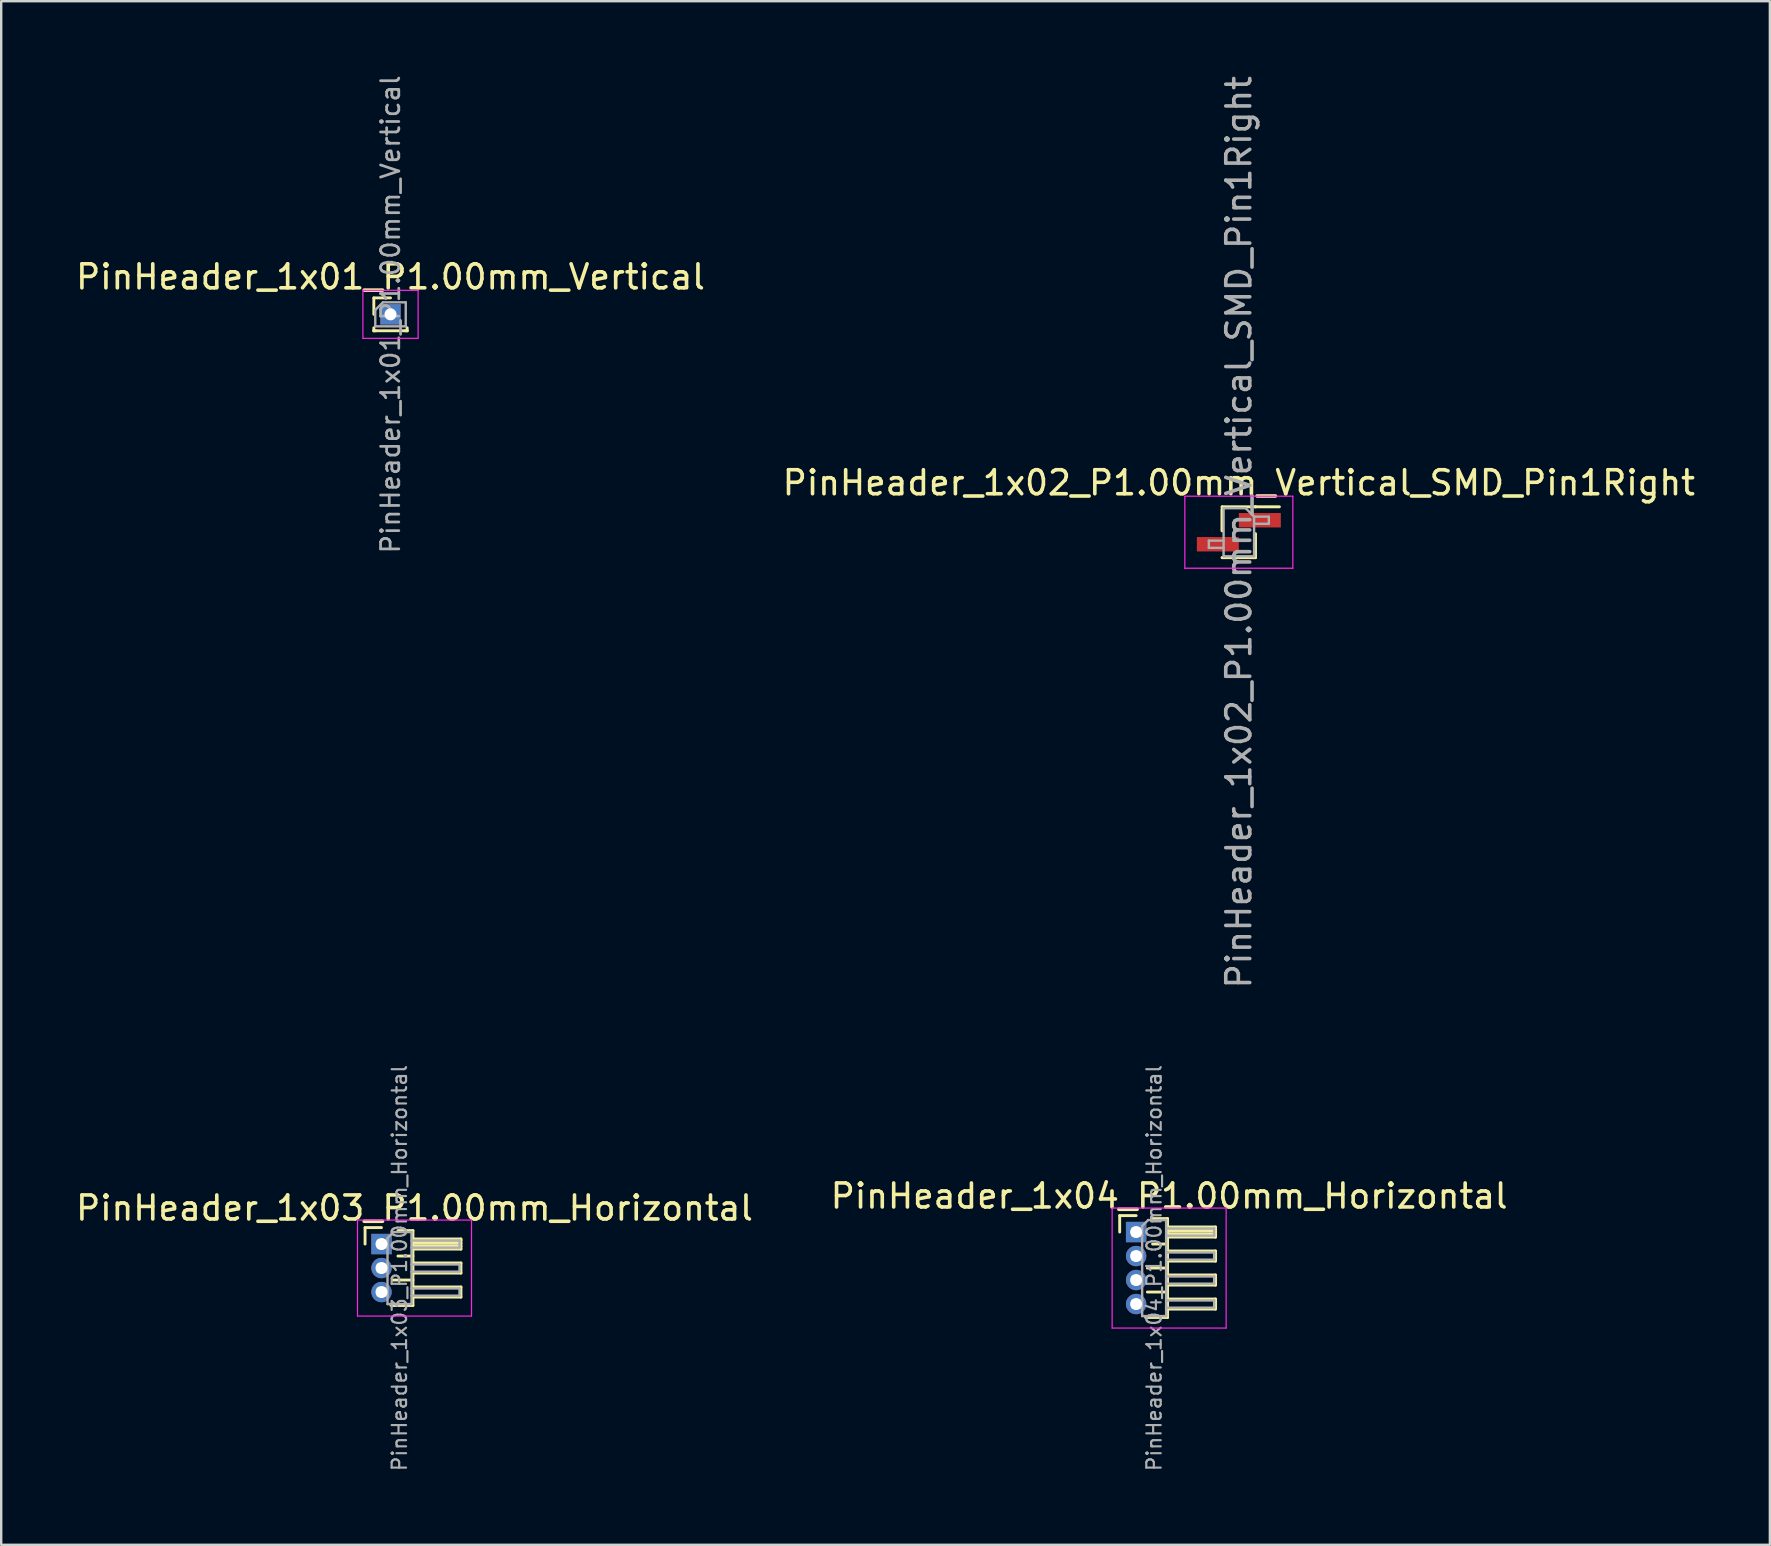
<source format=kicad_pcb>
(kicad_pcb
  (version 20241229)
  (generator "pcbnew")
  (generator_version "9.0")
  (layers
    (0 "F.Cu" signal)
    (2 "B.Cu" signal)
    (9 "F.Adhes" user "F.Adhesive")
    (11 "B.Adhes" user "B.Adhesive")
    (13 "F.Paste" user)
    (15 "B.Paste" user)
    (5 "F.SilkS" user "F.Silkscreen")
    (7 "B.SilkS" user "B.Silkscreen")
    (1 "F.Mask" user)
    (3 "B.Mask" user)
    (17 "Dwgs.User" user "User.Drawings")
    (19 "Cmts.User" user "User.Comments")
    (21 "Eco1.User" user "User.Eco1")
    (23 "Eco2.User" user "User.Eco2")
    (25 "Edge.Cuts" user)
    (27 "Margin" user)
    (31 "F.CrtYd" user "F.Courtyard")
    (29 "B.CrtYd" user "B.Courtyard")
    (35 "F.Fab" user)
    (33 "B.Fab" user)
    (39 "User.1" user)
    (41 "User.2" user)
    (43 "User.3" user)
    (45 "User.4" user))
  (footprint "PinHeader_1x02_P1.00mm_Vertical_SMD_Pin1Right"
    (layer "F.Cu")
    (at 48.565 19.125)
    (property "Reference" "PinHeader_1x02_P1.00mm_Vertical_SMD_Pin1Right" (at 0 -2.06 0) (layer "F.SilkS") (effects (font (size 1 1) (thickness 0.15))))
    (attr smd)
    (fp_line (start -0.695 -1.06) (end -0.695 -0.06) (stroke (width 0.12) (type solid)) (layer "F.SilkS"))
    (fp_line (start -0.695 -1.06) (end 0.695 -1.06) (stroke (width 0.12) (type solid)) (layer "F.SilkS"))
    (fp_line (start -0.695 -0.94) (end -0.695 -0.06) (stroke (width 0.12) (type solid)) (layer "F.SilkS"))
    (fp_line (start -0.695 1.06) (end -0.695 1.06) (stroke (width 0.12) (type solid)) (layer "F.SilkS"))
    (fp_line (start -0.695 1.06) (end 0.695 1.06) (stroke (width 0.12) (type solid)) (layer "F.SilkS"))
    (fp_line (start 0.695 -1.06) (end 0.695 -1.06) (stroke (width 0.12) (type solid)) (layer "F.SilkS"))
    (fp_line (start 0.695 -1.06) (end 1.69 -1.06) (stroke (width 0.12) (type solid)) (layer "F.SilkS"))
    (fp_line (start 0.695 0.06) (end 0.695 1.06) (stroke (width 0.12) (type solid)) (layer "F.SilkS"))
    (fp_line (start -2.25 -1.5) (end -2.25 1.5) (stroke (width 0.05) (type solid)) (layer "F.CrtYd"))
    (fp_line (start -2.25 1.5) (end 2.25 1.5) (stroke (width 0.05) (type solid)) (layer "F.CrtYd"))
    (fp_line (start 2.25 -1.5) (end -2.25 -1.5) (stroke (width 0.05) (type solid)) (layer "F.CrtYd"))
    (fp_line (start 2.25 1.5) (end 2.25 -1.5) (stroke (width 0.05) (type solid)) (layer "F.CrtYd"))
    (fp_line (start -1.25 0.35) (end -1.25 0.65) (stroke (width 0.1) (type solid)) (layer "F.Fab"))
    (fp_line (start -1.25 0.65) (end -0.635 0.65) (stroke (width 0.1) (type solid)) (layer "F.Fab"))
    (fp_line (start -0.635 -1) (end -0.635 1) (stroke (width 0.1) (type solid)) (layer "F.Fab"))
    (fp_line (start -0.635 -1) (end 0.285 -1) (stroke (width 0.1) (type solid)) (layer "F.Fab"))
    (fp_line (start -0.635 0.35) (end -1.25 0.35) (stroke (width 0.1) (type solid)) (layer "F.Fab"))
    (fp_line (start 0.635 -0.65) (end 0.285 -1) (stroke (width 0.1) (type solid)) (layer "F.Fab"))
    (fp_line (start 0.635 -0.65) (end 1.25 -0.65) (stroke (width 0.1) (type solid)) (layer "F.Fab"))
    (fp_line (start 0.635 1) (end -0.635 1) (stroke (width 0.1) (type solid)) (layer "F.Fab"))
    (fp_line (start 0.635 1) (end 0.635 -0.65) (stroke (width 0.1) (type solid)) (layer "F.Fab"))
    (fp_line (start 1.25 -0.65) (end 1.25 -0.35) (stroke (width 0.1) (type solid)) (layer "F.Fab"))
    (fp_line (start 1.25 -0.35) (end 0.635 -0.35) (stroke (width 0.1) (type solid)) (layer "F.Fab"))
    (fp_text user "${REFERENCE}" (at 0 0 90) (layer "F.Fab") (effects (font (size 1 1) (thickness 0.15))))
    (pad "1" smd rect (at 0.875 -0.5) (size 1.75 0.6) (layers "F.Cu" "F.Mask" "F.Paste"))
    (pad "2" smd rect (at -0.875 0.5) (size 1.75 0.6) (layers "F.Cu" "F.Mask" "F.Paste")))
  (footprint "PinHeader_1x04_P1.00mm_Horizontal"
    (layer "F.Cu")
    (at 44.286 48.282)
    (property "Reference" "PinHeader_1x04_P1.00mm_Horizontal" (at 1.375 -1.5 0) (layer "F.SilkS") (effects (font (size 1 1) (thickness 0.15))))
    (attr through_hole)
    (fp_line (start -0.685 -0.685) (end 0 -0.685) (stroke (width 0.12) (type solid)) (layer "F.SilkS"))
    (fp_line (start -0.685 0) (end -0.685 -0.685) (stroke (width 0.12) (type solid)) (layer "F.SilkS"))
    (fp_line (start 0.468 1.5) (end 1.31 1.5) (stroke (width 0.12) (type solid)) (layer "F.SilkS"))
    (fp_line (start 0.468 2.5) (end 1.31 2.5) (stroke (width 0.12) (type solid)) (layer "F.SilkS"))
    (fp_line (start 0.685 -0.56) (end 1.31 -0.56) (stroke (width 0.12) (type solid)) (layer "F.SilkS"))
    (fp_line (start 0.685 0.5) (end 1.31 0.5) (stroke (width 0.12) (type solid)) (layer "F.SilkS"))
    (fp_line (start 1.31 -0.56) (end 1.31 3.56) (stroke (width 0.12) (type solid)) (layer "F.SilkS"))
    (fp_line (start 1.31 -0.21) (end 3.31 -0.21) (stroke (width 0.12) (type solid)) (layer "F.SilkS"))
    (fp_line (start 1.31 -0.15) (end 3.31 -0.15) (stroke (width 0.12) (type solid)) (layer "F.SilkS"))
    (fp_line (start 1.31 -0.03) (end 3.31 -0.03) (stroke (width 0.12) (type solid)) (layer "F.SilkS"))
    (fp_line (start 1.31 0.09) (end 3.31 0.09) (stroke (width 0.12) (type solid)) (layer "F.SilkS"))
    (fp_line (start 1.31 0.79) (end 3.31 0.79) (stroke (width 0.12) (type solid)) (layer "F.SilkS"))
    (fp_line (start 1.31 1.79) (end 3.31 1.79) (stroke (width 0.12) (type solid)) (layer "F.SilkS"))
    (fp_line (start 1.31 2.79) (end 3.31 2.79) (stroke (width 0.12) (type solid)) (layer "F.SilkS"))
    (fp_line (start 1.31 3.56) (end 0.394 3.56) (stroke (width 0.12) (type solid)) (layer "F.SilkS"))
    (fp_line (start 3.31 -0.21) (end 3.31 0.21) (stroke (width 0.12) (type solid)) (layer "F.SilkS"))
    (fp_line (start 3.31 0.21) (end 1.31 0.21) (stroke (width 0.12) (type solid)) (layer "F.SilkS"))
    (fp_line (start 3.31 0.79) (end 3.31 1.21) (stroke (width 0.12) (type solid)) (layer "F.SilkS"))
    (fp_line (start 3.31 1.21) (end 1.31 1.21) (stroke (width 0.12) (type solid)) (layer "F.SilkS"))
    (fp_line (start 3.31 1.79) (end 3.31 2.21) (stroke (width 0.12) (type solid)) (layer "F.SilkS"))
    (fp_line (start 3.31 2.21) (end 1.31 2.21) (stroke (width 0.12) (type solid)) (layer "F.SilkS"))
    (fp_line (start 3.31 2.79) (end 3.31 3.21) (stroke (width 0.12) (type solid)) (layer "F.SilkS"))
    (fp_line (start 3.31 3.21) (end 1.31 3.21) (stroke (width 0.12) (type solid)) (layer "F.SilkS"))
    (fp_line (start -1 -1) (end -1 4) (stroke (width 0.05) (type solid)) (layer "F.CrtYd"))
    (fp_line (start -1 4) (end 3.75 4) (stroke (width 0.05) (type solid)) (layer "F.CrtYd"))
    (fp_line (start 3.75 -1) (end -1 -1) (stroke (width 0.05) (type solid)) (layer "F.CrtYd"))
    (fp_line (start 3.75 4) (end 3.75 -1) (stroke (width 0.05) (type solid)) (layer "F.CrtYd"))
    (fp_line (start -0.15 -0.15) (end -0.15 0.15) (stroke (width 0.1) (type solid)) (layer "F.Fab"))
    (fp_line (start -0.15 -0.15) (end 0.25 -0.15) (stroke (width 0.1) (type solid)) (layer "F.Fab"))
    (fp_line (start -0.15 0.15) (end 0.25 0.15) (stroke (width 0.1) (type solid)) (layer "F.Fab"))
    (fp_line (start -0.15 0.85) (end -0.15 1.15) (stroke (width 0.1) (type solid)) (layer "F.Fab"))
    (fp_line (start -0.15 0.85) (end 0.25 0.85) (stroke (width 0.1) (type solid)) (layer "F.Fab"))
    (fp_line (start -0.15 1.15) (end 0.25 1.15) (stroke (width 0.1) (type solid)) (layer "F.Fab"))
    (fp_line (start -0.15 1.85) (end -0.15 2.15) (stroke (width 0.1) (type solid)) (layer "F.Fab"))
    (fp_line (start -0.15 1.85) (end 0.25 1.85) (stroke (width 0.1) (type solid)) (layer "F.Fab"))
    (fp_line (start -0.15 2.15) (end 0.25 2.15) (stroke (width 0.1) (type solid)) (layer "F.Fab"))
    (fp_line (start -0.15 2.85) (end -0.15 3.15) (stroke (width 0.1) (type solid)) (layer "F.Fab"))
    (fp_line (start -0.15 2.85) (end 0.25 2.85) (stroke (width 0.1) (type solid)) (layer "F.Fab"))
    (fp_line (start -0.15 3.15) (end 0.25 3.15) (stroke (width 0.1) (type solid)) (layer "F.Fab"))
    (fp_line (start 0.25 -0.25) (end 0.5 -0.5) (stroke (width 0.1) (type solid)) (layer "F.Fab"))
    (fp_line (start 0.25 3.5) (end 0.25 -0.25) (stroke (width 0.1) (type solid)) (layer "F.Fab"))
    (fp_line (start 0.5 -0.5) (end 1.25 -0.5) (stroke (width 0.1) (type solid)) (layer "F.Fab"))
    (fp_line (start 1.25 -0.5) (end 1.25 3.5) (stroke (width 0.1) (type solid)) (layer "F.Fab"))
    (fp_line (start 1.25 -0.15) (end 3.25 -0.15) (stroke (width 0.1) (type solid)) (layer "F.Fab"))
    (fp_line (start 1.25 0.15) (end 3.25 0.15) (stroke (width 0.1) (type solid)) (layer "F.Fab"))
    (fp_line (start 1.25 0.85) (end 3.25 0.85) (stroke (width 0.1) (type solid)) (layer "F.Fab"))
    (fp_line (start 1.25 1.15) (end 3.25 1.15) (stroke (width 0.1) (type solid)) (layer "F.Fab"))
    (fp_line (start 1.25 1.85) (end 3.25 1.85) (stroke (width 0.1) (type solid)) (layer "F.Fab"))
    (fp_line (start 1.25 2.15) (end 3.25 2.15) (stroke (width 0.1) (type solid)) (layer "F.Fab"))
    (fp_line (start 1.25 2.85) (end 3.25 2.85) (stroke (width 0.1) (type solid)) (layer "F.Fab"))
    (fp_line (start 1.25 3.15) (end 3.25 3.15) (stroke (width 0.1) (type solid)) (layer "F.Fab"))
    (fp_line (start 1.25 3.5) (end 0.25 3.5) (stroke (width 0.1) (type solid)) (layer "F.Fab"))
    (fp_line (start 3.25 -0.15) (end 3.25 0.15) (stroke (width 0.1) (type solid)) (layer "F.Fab"))
    (fp_line (start 3.25 0.85) (end 3.25 1.15) (stroke (width 0.1) (type solid)) (layer "F.Fab"))
    (fp_line (start 3.25 1.85) (end 3.25 2.15) (stroke (width 0.1) (type solid)) (layer "F.Fab"))
    (fp_line (start 3.25 2.85) (end 3.25 3.15) (stroke (width 0.1) (type solid)) (layer "F.Fab"))
    (fp_text user "${REFERENCE}" (at 0.75 1.5 90) (layer "F.Fab") (effects (font (size 0.6 0.6) (thickness 0.09))))
    (pad "1" thru_hole rect (at 0 0) (size 0.85 0.85) (drill 0.5) (layers "*.Cu" "*.Mask"))
    (pad "2" thru_hole oval (at 0 1) (size 0.85 0.85) (drill 0.5) (layers "*.Cu" "*.Mask"))
    (pad "3" thru_hole oval (at 0 2) (size 0.85 0.85) (drill 0.5) (layers "*.Cu" "*.Mask"))
    (pad "4" thru_hole oval (at 0 3) (size 0.85 0.85) (drill 0.5) (layers "*.Cu" "*.Mask")))
  (footprint "PinHeader_1x03_P1.00mm_Horizontal"
    (layer "F.Cu")
    (at 12.845 48.782)
    (property "Reference" "PinHeader_1x03_P1.00mm_Horizontal" (at 1.375 -1.5 0) (layer "F.SilkS") (effects (font (size 1 1) (thickness 0.15))))
    (attr through_hole)
    (fp_line (start -0.685 -0.685) (end 0 -0.685) (stroke (width 0.12) (type solid)) (layer "F.SilkS"))
    (fp_line (start -0.685 0) (end -0.685 -0.685) (stroke (width 0.12) (type solid)) (layer "F.SilkS"))
    (fp_line (start 0.468 1.5) (end 1.31 1.5) (stroke (width 0.12) (type solid)) (layer "F.SilkS"))
    (fp_line (start 0.685 -0.56) (end 1.31 -0.56) (stroke (width 0.12) (type solid)) (layer "F.SilkS"))
    (fp_line (start 0.685 0.5) (end 1.31 0.5) (stroke (width 0.12) (type solid)) (layer "F.SilkS"))
    (fp_line (start 1.31 -0.56) (end 1.31 2.56) (stroke (width 0.12) (type solid)) (layer "F.SilkS"))
    (fp_line (start 1.31 -0.21) (end 3.31 -0.21) (stroke (width 0.12) (type solid)) (layer "F.SilkS"))
    (fp_line (start 1.31 -0.15) (end 3.31 -0.15) (stroke (width 0.12) (type solid)) (layer "F.SilkS"))
    (fp_line (start 1.31 -0.03) (end 3.31 -0.03) (stroke (width 0.12) (type solid)) (layer "F.SilkS"))
    (fp_line (start 1.31 0.09) (end 3.31 0.09) (stroke (width 0.12) (type solid)) (layer "F.SilkS"))
    (fp_line (start 1.31 0.79) (end 3.31 0.79) (stroke (width 0.12) (type solid)) (layer "F.SilkS"))
    (fp_line (start 1.31 1.79) (end 3.31 1.79) (stroke (width 0.12) (type solid)) (layer "F.SilkS"))
    (fp_line (start 1.31 2.56) (end 0.394 2.56) (stroke (width 0.12) (type solid)) (layer "F.SilkS"))
    (fp_line (start 3.31 -0.21) (end 3.31 0.21) (stroke (width 0.12) (type solid)) (layer "F.SilkS"))
    (fp_line (start 3.31 0.21) (end 1.31 0.21) (stroke (width 0.12) (type solid)) (layer "F.SilkS"))
    (fp_line (start 3.31 0.79) (end 3.31 1.21) (stroke (width 0.12) (type solid)) (layer "F.SilkS"))
    (fp_line (start 3.31 1.21) (end 1.31 1.21) (stroke (width 0.12) (type solid)) (layer "F.SilkS"))
    (fp_line (start 3.31 1.79) (end 3.31 2.21) (stroke (width 0.12) (type solid)) (layer "F.SilkS"))
    (fp_line (start 3.31 2.21) (end 1.31 2.21) (stroke (width 0.12) (type solid)) (layer "F.SilkS"))
    (fp_line (start -1 -1) (end -1 3) (stroke (width 0.05) (type solid)) (layer "F.CrtYd"))
    (fp_line (start -1 3) (end 3.75 3) (stroke (width 0.05) (type solid)) (layer "F.CrtYd"))
    (fp_line (start 3.75 -1) (end -1 -1) (stroke (width 0.05) (type solid)) (layer "F.CrtYd"))
    (fp_line (start 3.75 3) (end 3.75 -1) (stroke (width 0.05) (type solid)) (layer "F.CrtYd"))
    (fp_line (start -0.15 -0.15) (end -0.15 0.15) (stroke (width 0.1) (type solid)) (layer "F.Fab"))
    (fp_line (start -0.15 -0.15) (end 0.25 -0.15) (stroke (width 0.1) (type solid)) (layer "F.Fab"))
    (fp_line (start -0.15 0.15) (end 0.25 0.15) (stroke (width 0.1) (type solid)) (layer "F.Fab"))
    (fp_line (start -0.15 0.85) (end -0.15 1.15) (stroke (width 0.1) (type solid)) (layer "F.Fab"))
    (fp_line (start -0.15 0.85) (end 0.25 0.85) (stroke (width 0.1) (type solid)) (layer "F.Fab"))
    (fp_line (start -0.15 1.15) (end 0.25 1.15) (stroke (width 0.1) (type solid)) (layer "F.Fab"))
    (fp_line (start -0.15 1.85) (end -0.15 2.15) (stroke (width 0.1) (type solid)) (layer "F.Fab"))
    (fp_line (start -0.15 1.85) (end 0.25 1.85) (stroke (width 0.1) (type solid)) (layer "F.Fab"))
    (fp_line (start -0.15 2.15) (end 0.25 2.15) (stroke (width 0.1) (type solid)) (layer "F.Fab"))
    (fp_line (start 0.25 -0.25) (end 0.5 -0.5) (stroke (width 0.1) (type solid)) (layer "F.Fab"))
    (fp_line (start 0.25 2.5) (end 0.25 -0.25) (stroke (width 0.1) (type solid)) (layer "F.Fab"))
    (fp_line (start 0.5 -0.5) (end 1.25 -0.5) (stroke (width 0.1) (type solid)) (layer "F.Fab"))
    (fp_line (start 1.25 -0.5) (end 1.25 2.5) (stroke (width 0.1) (type solid)) (layer "F.Fab"))
    (fp_line (start 1.25 -0.15) (end 3.25 -0.15) (stroke (width 0.1) (type solid)) (layer "F.Fab"))
    (fp_line (start 1.25 0.15) (end 3.25 0.15) (stroke (width 0.1) (type solid)) (layer "F.Fab"))
    (fp_line (start 1.25 0.85) (end 3.25 0.85) (stroke (width 0.1) (type solid)) (layer "F.Fab"))
    (fp_line (start 1.25 1.15) (end 3.25 1.15) (stroke (width 0.1) (type solid)) (layer "F.Fab"))
    (fp_line (start 1.25 1.85) (end 3.25 1.85) (stroke (width 0.1) (type solid)) (layer "F.Fab"))
    (fp_line (start 1.25 2.15) (end 3.25 2.15) (stroke (width 0.1) (type solid)) (layer "F.Fab"))
    (fp_line (start 1.25 2.5) (end 0.25 2.5) (stroke (width 0.1) (type solid)) (layer "F.Fab"))
    (fp_line (start 3.25 -0.15) (end 3.25 0.15) (stroke (width 0.1) (type solid)) (layer "F.Fab"))
    (fp_line (start 3.25 0.85) (end 3.25 1.15) (stroke (width 0.1) (type solid)) (layer "F.Fab"))
    (fp_line (start 3.25 1.85) (end 3.25 2.15) (stroke (width 0.1) (type solid)) (layer "F.Fab"))
    (fp_text user "${REFERENCE}" (at 0.75 1 90) (layer "F.Fab") (effects (font (size 0.6 0.6) (thickness 0.09))))
    (pad "1" thru_hole rect (at 0 0) (size 0.85 0.85) (drill 0.5) (layers "*.Cu" "*.Mask"))
    (pad "2" thru_hole oval (at 0 1) (size 0.85 0.85) (drill 0.5) (layers "*.Cu" "*.Mask"))
    (pad "3" thru_hole oval (at 0 2) (size 0.85 0.85) (drill 0.5) (layers "*.Cu" "*.Mask")))
  (footprint "PinHeader_1x01_P1.00mm_Vertical"
    (layer "F.Cu")
    (at 13.22 10.047)
    (property "Reference" "PinHeader_1x01_P1.00mm_Vertical" (at 0 -1.56 0) (layer "F.SilkS") (effects (font (size 1 1) (thickness 0.15))))
    (attr through_hole)
    (fp_line (start -0.695 -0.685) (end 0 -0.685) (stroke (width 0.12) (type solid)) (layer "F.SilkS"))
    (fp_line (start -0.695 0) (end -0.695 -0.685) (stroke (width 0.12) (type solid)) (layer "F.SilkS"))
    (fp_line (start -0.695 0.685) (end -0.695 0.56) (stroke (width 0.12) (type solid)) (layer "F.SilkS"))
    (fp_line (start -0.695 0.685) (end -0.608 0.685) (stroke (width 0.12) (type solid)) (layer "F.SilkS"))
    (fp_line (start -0.695 0.685) (end 0.695 0.685) (stroke (width 0.12) (type solid)) (layer "F.SilkS"))
    (fp_line (start 0.608 0.685) (end 0.695 0.685) (stroke (width 0.12) (type solid)) (layer "F.SilkS"))
    (fp_line (start 0.695 0.685) (end 0.695 0.56) (stroke (width 0.12) (type solid)) (layer "F.SilkS"))
    (fp_line (start -1.15 -1) (end -1.15 1) (stroke (width 0.05) (type solid)) (layer "F.CrtYd"))
    (fp_line (start -1.15 1) (end 1.15 1) (stroke (width 0.05) (type solid)) (layer "F.CrtYd"))
    (fp_line (start 1.15 -1) (end -1.15 -1) (stroke (width 0.05) (type solid)) (layer "F.CrtYd"))
    (fp_line (start 1.15 1) (end 1.15 -1) (stroke (width 0.05) (type solid)) (layer "F.CrtYd"))
    (fp_line (start -0.635 -0.182) (end -0.318 -0.5) (stroke (width 0.1) (type solid)) (layer "F.Fab"))
    (fp_line (start -0.635 0.5) (end -0.635 -0.182) (stroke (width 0.1) (type solid)) (layer "F.Fab"))
    (fp_line (start -0.318 -0.5) (end 0.635 -0.5) (stroke (width 0.1) (type solid)) (layer "F.Fab"))
    (fp_line (start 0.635 -0.5) (end 0.635 0.5) (stroke (width 0.1) (type solid)) (layer "F.Fab"))
    (fp_line (start 0.635 0.5) (end -0.635 0.5) (stroke (width 0.1) (type solid)) (layer "F.Fab"))
    (fp_text user "${REFERENCE}" (at 0 0 90) (layer "F.Fab") (effects (font (size 0.76 0.76) (thickness 0.114))))
    (pad "1" thru_hole rect (at 0 0) (size 0.85 0.85) (drill 0.5) (layers "*.Cu" "*.Mask")))
  (gr_rect
    (start -3 -3)
    (end 70.69 61.314)
    (stroke (width 0.1) (type default))
    (fill no)
    (layer "Edge.Cuts")))
</source>
